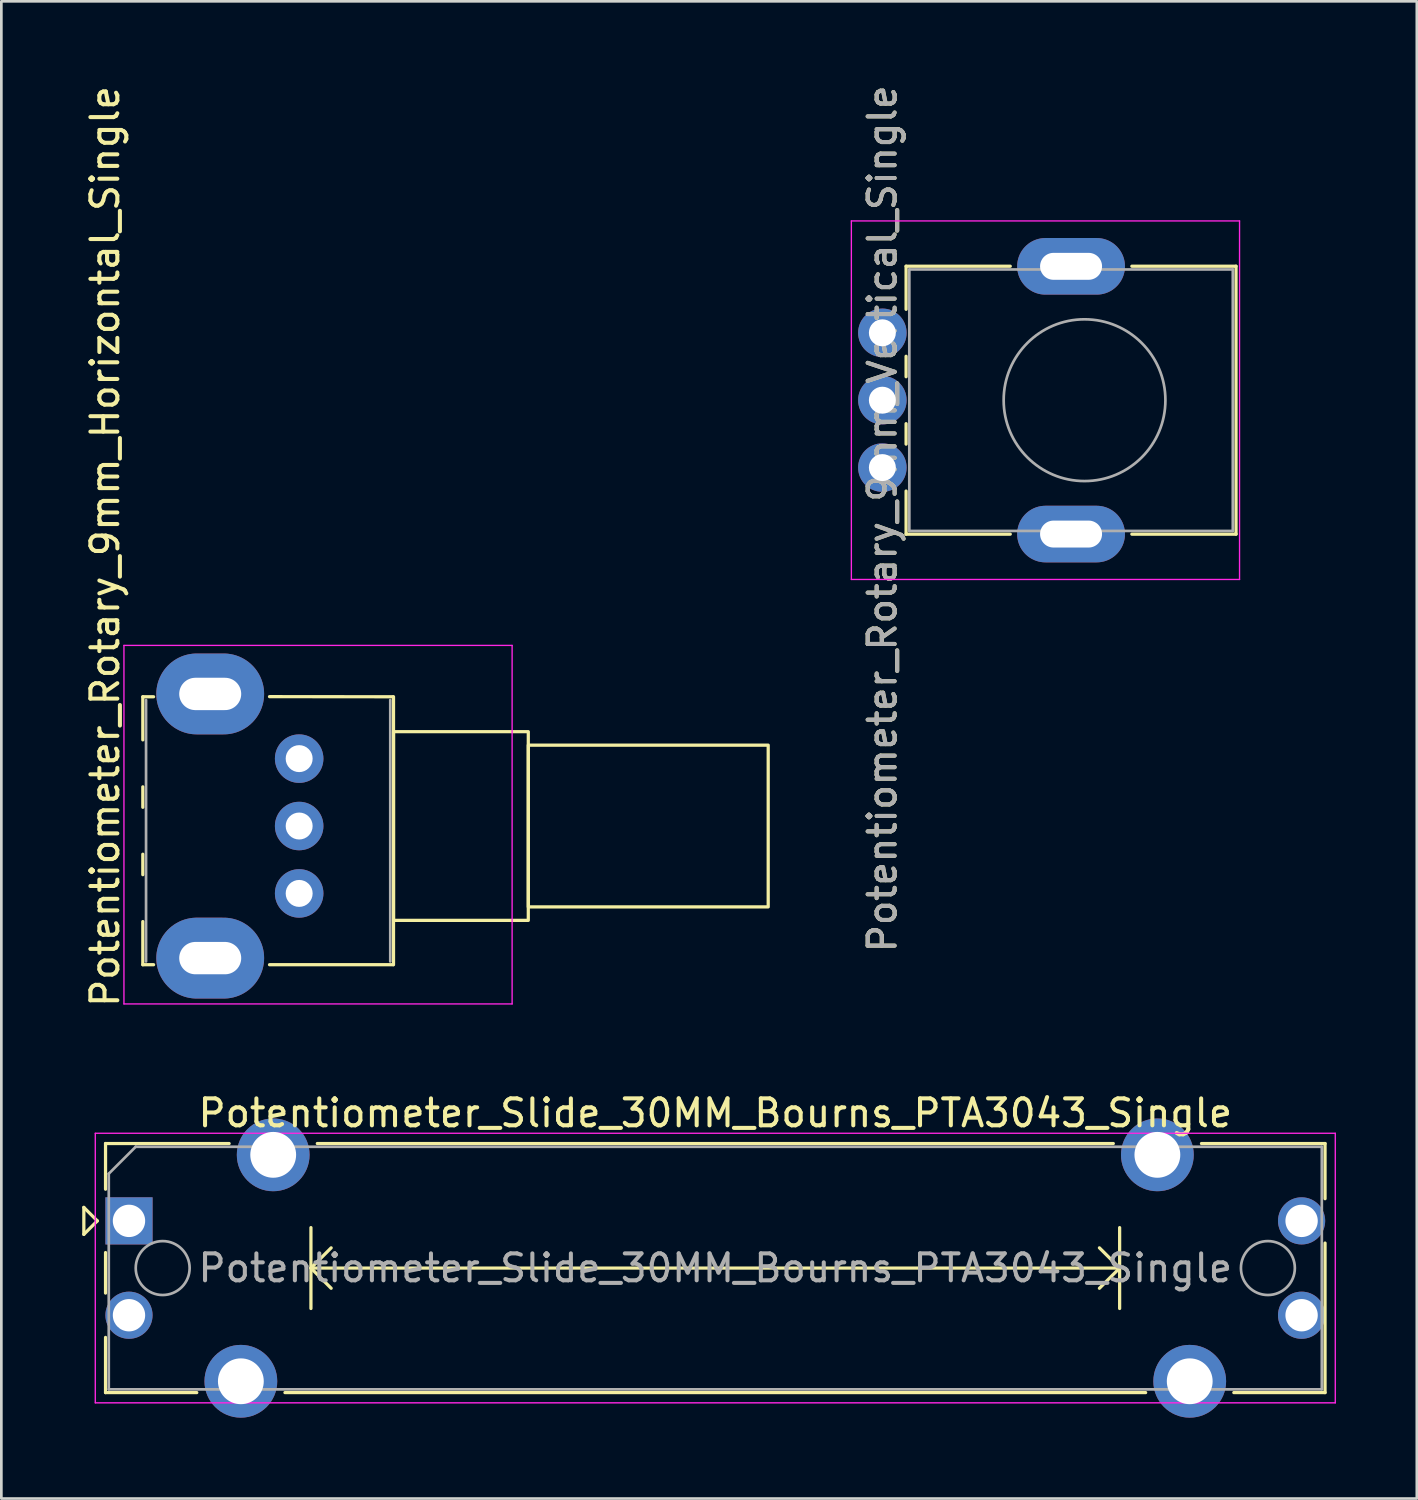
<source format=kicad_pcb>
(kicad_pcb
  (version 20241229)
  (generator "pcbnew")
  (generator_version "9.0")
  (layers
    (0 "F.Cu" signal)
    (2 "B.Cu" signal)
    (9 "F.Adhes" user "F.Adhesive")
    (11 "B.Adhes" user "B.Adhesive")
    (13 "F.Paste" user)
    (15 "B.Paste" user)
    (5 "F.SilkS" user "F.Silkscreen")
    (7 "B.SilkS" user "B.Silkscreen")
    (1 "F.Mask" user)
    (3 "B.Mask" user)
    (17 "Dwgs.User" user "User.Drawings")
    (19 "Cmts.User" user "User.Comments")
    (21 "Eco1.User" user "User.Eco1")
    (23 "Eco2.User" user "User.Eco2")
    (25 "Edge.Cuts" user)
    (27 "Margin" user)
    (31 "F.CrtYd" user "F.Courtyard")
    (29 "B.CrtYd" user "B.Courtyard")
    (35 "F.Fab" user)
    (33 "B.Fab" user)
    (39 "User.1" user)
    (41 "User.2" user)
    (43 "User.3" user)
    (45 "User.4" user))
  (footprint "Potentiometer_Slide_30MM_Bourns_PTA3043_Single"
    (layer "F.Cu")
    (at 1.735 42.241)
    (property "Reference" "Potentiometer_Slide_30MM_Bourns_PTA3043_Single" (at 21.75 -4 0) (layer "F.SilkS") (effects (font (size 1 1) (thickness 0.15))))
    (attr through_hole)
    (fp_line (start -1.675 -0.5) (end -1.675 0.5) (stroke (width 0.12) (type solid)) (layer "F.SilkS"))
    (fp_line (start -1.675 0.5) (end -1.175 0) (stroke (width 0.12) (type solid)) (layer "F.SilkS"))
    (fp_line (start -1.175 0) (end -1.675 -0.5) (stroke (width 0.12) (type solid)) (layer "F.SilkS"))
    (fp_line (start -0.87 -2.87) (end -0.87 -1.175) (stroke (width 0.12) (type solid)) (layer "F.SilkS"))
    (fp_line (start -0.87 -2.87) (end 3.715 -2.87) (stroke (width 0.12) (type solid)) (layer "F.SilkS"))
    (fp_line (start -0.87 1.175) (end -0.87 2.678) (stroke (width 0.12) (type solid)) (layer "F.SilkS"))
    (fp_line (start -0.87 4.323) (end -0.87 6.37) (stroke (width 0.12) (type solid)) (layer "F.SilkS"))
    (fp_line (start -0.87 6.37) (end 2.515 6.37) (stroke (width 0.12) (type solid)) (layer "F.SilkS"))
    (fp_line (start 5.786 6.37) (end 37.715 6.37) (stroke (width 0.12) (type solid)) (layer "F.SilkS"))
    (fp_line (start 6.75 0.25) (end 6.75 3.25) (stroke (width 0.12) (type solid)) (layer "F.SilkS"))
    (fp_line (start 6.75 1.75) (end 7.5 2.5) (stroke (width 0.12) (type solid)) (layer "F.SilkS"))
    (fp_line (start 6.75 1.75) (end 36.75 1.75) (stroke (width 0.12) (type solid)) (layer "F.SilkS"))
    (fp_line (start 6.986 -2.87) (end 36.515 -2.87) (stroke (width 0.12) (type solid)) (layer "F.SilkS"))
    (fp_line (start 7.5 1) (end 6.75 1.75) (stroke (width 0.12) (type solid)) (layer "F.SilkS"))
    (fp_line (start 36 1) (end 36.75 1.75) (stroke (width 0.12) (type solid)) (layer "F.SilkS"))
    (fp_line (start 36.75 0.25) (end 36.75 3.25) (stroke (width 0.12) (type solid)) (layer "F.SilkS"))
    (fp_line (start 36.75 1.75) (end 36 2.5) (stroke (width 0.12) (type solid)) (layer "F.SilkS"))
    (fp_line (start 39.786 -2.87) (end 44.37 -2.87) (stroke (width 0.12) (type solid)) (layer "F.SilkS"))
    (fp_line (start 40.986 6.37) (end 44.37 6.37) (stroke (width 0.12) (type solid)) (layer "F.SilkS"))
    (fp_line (start 44.37 -2.87) (end 44.37 -0.823) (stroke (width 0.12) (type solid)) (layer "F.SilkS"))
    (fp_line (start 44.37 0.823) (end 44.37 6.37) (stroke (width 0.12) (type solid)) (layer "F.SilkS"))
    (fp_line (start -1.25 -3.25) (end -1.25 6.75) (stroke (width 0.05) (type solid)) (layer "F.CrtYd"))
    (fp_line (start -1.25 6.75) (end 44.75 6.75) (stroke (width 0.05) (type solid)) (layer "F.CrtYd"))
    (fp_line (start 44.75 -3.25) (end -1.25 -3.25) (stroke (width 0.05) (type solid)) (layer "F.CrtYd"))
    (fp_line (start 44.75 6.75) (end 44.75 -3.25) (stroke (width 0.05) (type solid)) (layer "F.CrtYd"))
    (fp_line (start -0.75 -1.75) (end 0.25 -2.75) (stroke (width 0.1) (type solid)) (layer "F.Fab"))
    (fp_line (start -0.75 6.25) (end -0.75 -1.75) (stroke (width 0.1) (type solid)) (layer "F.Fab"))
    (fp_line (start 0.25 -2.75) (end 44.25 -2.75) (stroke (width 0.1) (type solid)) (layer "F.Fab"))
    (fp_line (start 44.25 -2.75) (end 44.25 6.25) (stroke (width 0.1) (type solid)) (layer "F.Fab"))
    (fp_line (start 44.25 6.25) (end -0.75 6.25) (stroke (width 0.1) (type solid)) (layer "F.Fab"))
    (fp_circle (center 1.25 1.75) (end 2.25 1.75) (stroke (width 0.1) (type solid)) (fill no) (layer "F.Fab"))
    (fp_circle (center 42.25 1.75) (end 43.25 1.75) (stroke (width 0.1) (type solid)) (fill no) (layer "F.Fab"))
    (fp_text user "${REFERENCE}" (at 21.75 1.75 0) (layer "F.Fab") (effects (font (size 1 1) (thickness 0.15))))
    (pad "" np_thru_hole circle (at 4.15 5.95) (size 2.7 2.7) (drill 1.7) (layers "*.Cu" "*.Mask"))
    (pad "" np_thru_hole circle (at 5.35 -2.45) (size 2.7 2.7) (drill 1.7) (layers "*.Cu" "*.Mask"))
    (pad "" np_thru_hole circle (at 38.15 -2.45) (size 2.7 2.7) (drill 1.7) (layers "*.Cu" "*.Mask"))
    (pad "" np_thru_hole circle (at 39.35 5.95) (size 2.7 2.7) (drill 1.7) (layers "*.Cu" "*.Mask"))
    (pad "1" thru_hole rect (at 0 0) (size 1.75 1.75) (drill 1.2) (layers "*.Cu" "*.Mask"))
    (pad "2" thru_hole circle (at 0 3.5) (size 1.75 1.75) (drill 1.2) (layers "*.Cu" "*.Mask"))
    (pad "2" thru_hole circle (at 43.5 3.5) (size 1.75 1.75) (drill 1.2) (layers "*.Cu" "*.Mask"))
    (pad "3" thru_hole circle (at 43.5 0) (size 1.75 1.75) (drill 1.2) (layers "*.Cu" "*.Mask")))
  (footprint "Potentiometer_Rotary_9mm_Vertical_Single"
    (layer "F.Cu")
    (at 29.683 14.296)
    (property "Reference" "Potentiometer_Rotary_9mm_Vertical_Single" (at 0 1.9 270) (layer "F.SilkS") (effects (font (size 1 1) (thickness 0.15))))
    (attr through_hole)
    (fp_line (start 0.88 -7.47) (end 0.88 -5.871) (stroke (width 0.12) (type solid)) (layer "F.SilkS"))
    (fp_line (start 0.88 -7.47) (end 4.745 -7.47) (stroke (width 0.12) (type solid)) (layer "F.SilkS"))
    (fp_line (start 0.88 -4.129) (end 0.88 -3.37) (stroke (width 0.12) (type solid)) (layer "F.SilkS"))
    (fp_line (start 0.88 -1.629) (end 0.88 -0.87) (stroke (width 0.12) (type solid)) (layer "F.SilkS"))
    (fp_line (start 0.88 0.87) (end 0.88 2.47) (stroke (width 0.12) (type solid)) (layer "F.SilkS"))
    (fp_line (start 0.88 2.47) (end 4.745 2.47) (stroke (width 0.12) (type solid)) (layer "F.SilkS"))
    (fp_line (start 9.255 -7.47) (end 13.12 -7.47) (stroke (width 0.12) (type solid)) (layer "F.SilkS"))
    (fp_line (start 9.255 2.47) (end 13.12 2.47) (stroke (width 0.12) (type solid)) (layer "F.SilkS"))
    (fp_line (start 13.12 -7.47) (end 13.12 2.47) (stroke (width 0.12) (type solid)) (layer "F.SilkS"))
    (fp_line (start -1.15 -9.15) (end -1.15 4.15) (stroke (width 0.05) (type solid)) (layer "F.CrtYd"))
    (fp_line (start -1.15 4.15) (end 13.25 4.15) (stroke (width 0.05) (type solid)) (layer "F.CrtYd"))
    (fp_line (start 13.25 -9.15) (end -1.15 -9.15) (stroke (width 0.05) (type solid)) (layer "F.CrtYd"))
    (fp_line (start 13.25 4.15) (end 13.25 -9.15) (stroke (width 0.05) (type solid)) (layer "F.CrtYd"))
    (fp_line (start 1 -7.35) (end 1 2.35) (stroke (width 0.1) (type solid)) (layer "F.Fab"))
    (fp_line (start 1 2.35) (end 13 2.35) (stroke (width 0.1) (type solid)) (layer "F.Fab"))
    (fp_line (start 13 -7.35) (end 1 -7.35) (stroke (width 0.1) (type solid)) (layer "F.Fab"))
    (fp_line (start 13 2.35) (end 13 -7.35) (stroke (width 0.1) (type solid)) (layer "F.Fab"))
    (fp_circle (center 7.5 -2.5) (end 10.5 -2.5) (stroke (width 0.1) (type solid)) (fill no) (layer "F.Fab"))
    (fp_text user "${REFERENCE}" (at 0 1.9 90) (layer "F.Fab") (effects (font (size 1 1) (thickness 0.15))))
    (pad "" np_thru_hole oval (at 7 -7.466) (size 4 2.1) (drill oval 2.3 1) (layers "*.Cu" "*.Mask"))
    (pad "" np_thru_hole oval (at 7 2.466) (size 4 2.1) (drill oval 2.3 1) (layers "*.Cu" "*.Mask"))
    (pad "1" thru_hole circle (at 0 0) (size 1.8 1.8) (drill 1) (layers "*.Cu" "*.Mask"))
    (pad "2" thru_hole circle (at 0 -2.5) (size 1.8 1.8) (drill 1) (layers "*.Cu" "*.Mask"))
    (pad "3" thru_hole circle (at 0 -5) (size 1.8 1.8) (drill 1) (layers "*.Cu" "*.Mask")))
  (footprint "Potentiometer_Rotary_9mm_Horizontal_Single"
    (layer "F.Cu")
    (at 8.048 27.593)
    (property "Reference" "Potentiometer_Rotary_9mm_Horizontal_Single" (at -7.2 6.8 270) (layer "F.SilkS") (effects (font (size 1 1) (thickness 0.15)) (justify left)))
    (attr through_hole)
    (fp_line (start -5.8 -4.795) (end -5.8 -3.196) (stroke (width 0.12) (type solid)) (layer "F.SilkS"))
    (fp_line (start -5.8 -4.795) (end -5.4 -4.795) (stroke (width 0.12) (type solid)) (layer "F.SilkS"))
    (fp_line (start -5.8 -1.454) (end -5.8 -0.695) (stroke (width 0.12) (type solid)) (layer "F.SilkS"))
    (fp_line (start -5.8 1.046) (end -5.8 1.805) (stroke (width 0.12) (type solid)) (layer "F.SilkS"))
    (fp_line (start -5.8 3.545) (end -5.8 5.145) (stroke (width 0.12) (type solid)) (layer "F.SilkS"))
    (fp_line (start -5.8 5.145) (end -5.4 5.145) (stroke (width 0.12) (type solid)) (layer "F.SilkS"))
    (fp_line (start -1.1 -4.8) (end 3.48 -4.795) (stroke (width 0.12) (type solid)) (layer "F.SilkS"))
    (fp_line (start -1.1 5.145) (end 3.48 5.145) (stroke (width 0.12) (type solid)) (layer "F.SilkS"))
    (fp_line (start 3.5 -4.795) (end 3.5 5.145) (stroke (width 0.12) (type solid)) (layer "F.SilkS"))
    (fp_rect (start 3.5 -3.5) (end 8.5 3.5) (stroke (width 0.12) (type solid)) (fill no) (layer "F.SilkS"))
    (fp_rect (start 8.5 -3) (end 17.4 3) (stroke (width 0.12) (type solid)) (fill no) (layer "F.SilkS"))
    (fp_line (start -6.5 -6.7) (end -6.5 6.6) (stroke (width 0.05) (type solid)) (layer "F.CrtYd"))
    (fp_line (start -6.5 6.6) (end 7.9 6.6) (stroke (width 0.05) (type solid)) (layer "F.CrtYd"))
    (fp_line (start 7.9 -6.7) (end -6.5 -6.7) (stroke (width 0.05) (type solid)) (layer "F.CrtYd"))
    (fp_line (start 7.9 6.6) (end 7.9 -6.7) (stroke (width 0.05) (type solid)) (layer "F.CrtYd"))
    (fp_line (start -5.68 -4.675) (end -5.68 5.025) (stroke (width 0.1) (type solid)) (layer "F.Fab"))
    (fp_line (start 3.38 5.025) (end 3.38 -4.675) (stroke (width 0.1) (type solid)) (layer "F.Fab"))
    (pad "" np_thru_hole oval (at -3.3 -4.9) (size 4 3) (drill oval 2.3 1.2) (layers "*.Cu" "*.Mask"))
    (pad "" np_thru_hole oval (at -3.3 4.9) (size 4 3) (drill oval 2.3 1.2) (layers "*.Cu" "*.Mask"))
    (pad "1" thru_hole circle (at 0 2.5) (size 1.8 1.8) (drill 1) (layers "*.Cu" "*.Mask"))
    (pad "2" thru_hole circle (at 0 0) (size 1.8 1.8) (drill 1) (layers "*.Cu" "*.Mask"))
    (pad "3" thru_hole circle (at 0 -2.5) (size 1.8 1.8) (drill 1) (layers "*.Cu" "*.Mask")))
  (gr_rect
    (start -3 -3)
    (end 49.51 52.541)
    (stroke (width 0.1) (type default))
    (fill no)
    (layer "Edge.Cuts")))
</source>
